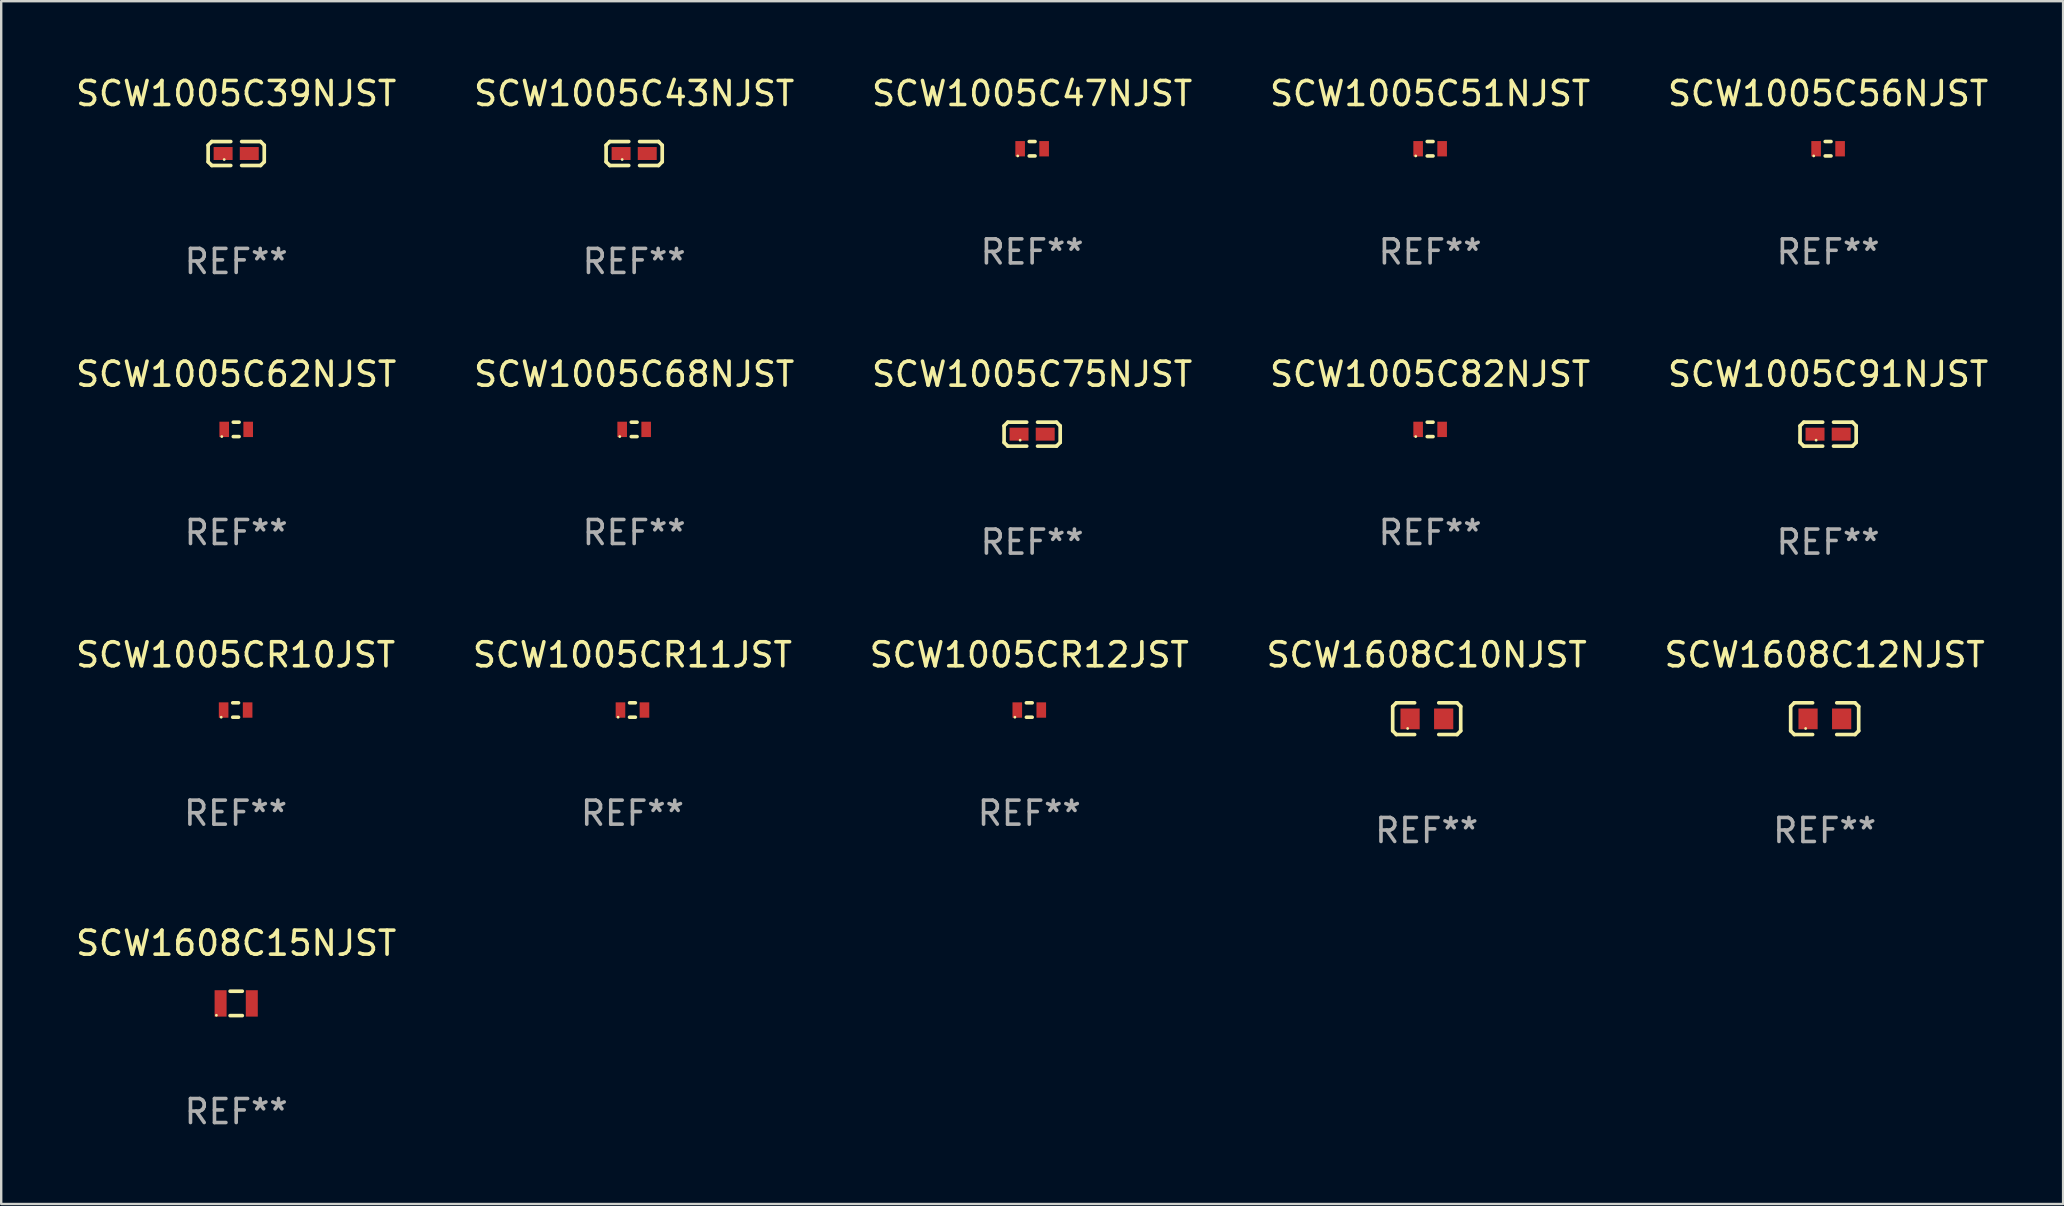
<source format=kicad_pcb>
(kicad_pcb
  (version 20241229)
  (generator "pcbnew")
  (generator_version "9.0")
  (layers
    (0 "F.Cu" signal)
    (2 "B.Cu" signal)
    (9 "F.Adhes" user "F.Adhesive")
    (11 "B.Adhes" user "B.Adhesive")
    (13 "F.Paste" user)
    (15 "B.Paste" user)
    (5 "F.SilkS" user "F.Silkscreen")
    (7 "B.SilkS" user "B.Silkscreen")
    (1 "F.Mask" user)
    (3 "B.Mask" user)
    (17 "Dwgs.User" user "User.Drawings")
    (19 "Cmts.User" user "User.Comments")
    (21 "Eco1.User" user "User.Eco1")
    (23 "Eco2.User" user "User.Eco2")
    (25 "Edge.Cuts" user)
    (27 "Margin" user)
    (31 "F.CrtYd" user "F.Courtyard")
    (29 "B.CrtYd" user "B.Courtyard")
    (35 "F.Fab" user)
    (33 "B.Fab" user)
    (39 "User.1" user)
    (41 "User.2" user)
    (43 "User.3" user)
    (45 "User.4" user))
  (footprint "SCW1005C43NJST"
    (layer "F.Cu")
    (at 23.375 3.347)
    (property "Reference" "SCW1005C43NJST" (at 0 -2.499 0) (layer "F.SilkS") (effects (font (size 1 1) (thickness 0.15))))
    (attr through_hole)
    (fp_line (start -1.169 -0.346) (end -1.016 -0.499) (stroke (width 0.152) (type solid)) (layer "F.SilkS"))
    (fp_line (start -1.169 0.346) (end -1.169 -0.346) (stroke (width 0.152) (type solid)) (layer "F.SilkS"))
    (fp_line (start -1.016 -0.499) (end -0.226 -0.499) (stroke (width 0.152) (type solid)) (layer "F.SilkS"))
    (fp_line (start -1.016 0.499) (end -1.169 0.346) (stroke (width 0.152) (type solid)) (layer "F.SilkS"))
    (fp_line (start -0.226 0.499) (end -1.016 0.499) (stroke (width 0.152) (type solid)) (layer "F.SilkS"))
    (fp_line (start 0.226 0.499) (end 1.016 0.499) (stroke (width 0.152) (type solid)) (layer "F.SilkS"))
    (fp_line (start 1.016 -0.499) (end 0.226 -0.499) (stroke (width 0.152) (type solid)) (layer "F.SilkS"))
    (fp_line (start 1.016 0.499) (end 1.169 0.346) (stroke (width 0.152) (type solid)) (layer "F.SilkS"))
    (fp_line (start 1.169 -0.346) (end 1.016 -0.499) (stroke (width 0.152) (type solid)) (layer "F.SilkS"))
    (fp_line (start 1.169 0.346) (end 1.169 -0.346) (stroke (width 0.152) (type solid)) (layer "F.SilkS"))
    (fp_circle (center -0.5 0.25) (end -0.47 0.25) (stroke (width 0.06) (type solid)) (fill no) (layer "F.SilkS"))
    (fp_text user "REF**" (at 0 4.499 0) (layer "F.Fab") (effects (font (size 1 1) (thickness 0.15))))
    (pad "1" smd rect (at -0.545 0) (size 0.79 0.54) (layers "F.Cu" "F.Mask" "F.Paste"))
    (pad "2" smd rect (at 0.545 0) (size 0.79 0.54) (layers "F.Cu" "F.Mask" "F.Paste")))
  (footprint "SCW1005C39NJST"
    (layer "F.Cu")
    (at 6.792 3.347)
    (property "Reference" "SCW1005C39NJST" (at 0 -2.499 0) (layer "F.SilkS") (effects (font (size 1 1) (thickness 0.15))))
    (attr through_hole)
    (fp_line (start -1.169 -0.346) (end -1.016 -0.499) (stroke (width 0.152) (type solid)) (layer "F.SilkS"))
    (fp_line (start -1.169 0.346) (end -1.169 -0.346) (stroke (width 0.152) (type solid)) (layer "F.SilkS"))
    (fp_line (start -1.016 -0.499) (end -0.226 -0.499) (stroke (width 0.152) (type solid)) (layer "F.SilkS"))
    (fp_line (start -1.016 0.499) (end -1.169 0.346) (stroke (width 0.152) (type solid)) (layer "F.SilkS"))
    (fp_line (start -0.226 0.499) (end -1.016 0.499) (stroke (width 0.152) (type solid)) (layer "F.SilkS"))
    (fp_line (start 0.226 0.499) (end 1.016 0.499) (stroke (width 0.152) (type solid)) (layer "F.SilkS"))
    (fp_line (start 1.016 -0.499) (end 0.226 -0.499) (stroke (width 0.152) (type solid)) (layer "F.SilkS"))
    (fp_line (start 1.016 0.499) (end 1.169 0.346) (stroke (width 0.152) (type solid)) (layer "F.SilkS"))
    (fp_line (start 1.169 -0.346) (end 1.016 -0.499) (stroke (width 0.152) (type solid)) (layer "F.SilkS"))
    (fp_line (start 1.169 0.346) (end 1.169 -0.346) (stroke (width 0.152) (type solid)) (layer "F.SilkS"))
    (fp_circle (center -0.5 0.25) (end -0.47 0.25) (stroke (width 0.06) (type solid)) (fill no) (layer "F.SilkS"))
    (fp_text user "REF**" (at 0 4.499 0) (layer "F.Fab") (effects (font (size 1 1) (thickness 0.15))))
    (pad "1" smd rect (at -0.545 0) (size 0.79 0.54) (layers "F.Cu" "F.Mask" "F.Paste"))
    (pad "2" smd rect (at 0.545 0) (size 0.79 0.54) (layers "F.Cu" "F.Mask" "F.Paste")))
  (footprint "SCW1005C51NJST"
    (layer "F.Cu")
    (at 56.542 3.148)
    (property "Reference" "SCW1005C51NJST" (at 0 -2.3 0) (layer "F.SilkS") (effects (font (size 1 1) (thickness 0.15))))
    (attr through_hole)
    (fp_line (start -0.121 -0.3) (end 0.121 -0.3) (stroke (width 0.15) (type solid)) (layer "F.SilkS"))
    (fp_line (start -0.121 0.3) (end 0.121 0.3) (stroke (width 0.15) (type solid)) (layer "F.SilkS"))
    (fp_circle (center -0.6 0.3) (end -0.57 0.3) (stroke (width 0.06) (type solid)) (fill no) (layer "F.SilkS"))
    (fp_text user "REF**" (at 0 4.3 0) (layer "F.Fab") (effects (font (size 1 1) (thickness 0.15))))
    (pad "1" smd rect (at -0.5 0 90) (size 0.64 0.4) (layers "F.Cu" "F.Mask" "F.Paste"))
    (pad "2" smd rect (at 0.5 0 90) (size 0.64 0.4) (layers "F.Cu" "F.Mask" "F.Paste")))
  (footprint "SCW1005C47NJST"
    (layer "F.Cu")
    (at 39.958 3.148)
    (property "Reference" "SCW1005C47NJST" (at 0 -2.3 0) (layer "F.SilkS") (effects (font (size 1 1) (thickness 0.15))))
    (attr through_hole)
    (fp_line (start -0.121 -0.3) (end 0.121 -0.3) (stroke (width 0.15) (type solid)) (layer "F.SilkS"))
    (fp_line (start -0.121 0.3) (end 0.121 0.3) (stroke (width 0.15) (type solid)) (layer "F.SilkS"))
    (fp_circle (center -0.6 0.3) (end -0.57 0.3) (stroke (width 0.06) (type solid)) (fill no) (layer "F.SilkS"))
    (fp_text user "REF**" (at 0 4.3 0) (layer "F.Fab") (effects (font (size 1 1) (thickness 0.15))))
    (pad "1" smd rect (at -0.5 0 90) (size 0.64 0.4) (layers "F.Cu" "F.Mask" "F.Paste"))
    (pad "2" smd rect (at 0.5 0 90) (size 0.64 0.4) (layers "F.Cu" "F.Mask" "F.Paste")))
  (footprint "SCW1608C10NJST"
    (layer "F.Cu")
    (at 56.399 26.896)
    (property "Reference" "SCW1608C10NJST" (at 0 -2.661 0) (layer "F.SilkS") (effects (font (size 1 1) (thickness 0.15))))
    (attr through_hole)
    (fp_line (start -1.417 -0.508) (end -1.265 -0.661) (stroke (width 0.152) (type solid)) (layer "F.SilkS"))
    (fp_line (start -1.417 0.508) (end -1.417 -0.508) (stroke (width 0.152) (type solid)) (layer "F.SilkS"))
    (fp_line (start -1.265 -0.661) (end -0.503 -0.661) (stroke (width 0.152) (type solid)) (layer "F.SilkS"))
    (fp_line (start -1.265 0.661) (end -1.417 0.508) (stroke (width 0.152) (type solid)) (layer "F.SilkS"))
    (fp_line (start -1.265 0.661) (end -0.503 0.661) (stroke (width 0.152) (type solid)) (layer "F.SilkS"))
    (fp_line (start 1.265 -0.661) (end 0.503 -0.661) (stroke (width 0.152) (type solid)) (layer "F.SilkS"))
    (fp_line (start 1.265 -0.661) (end 1.417 -0.508) (stroke (width 0.152) (type solid)) (layer "F.SilkS"))
    (fp_line (start 1.265 0.661) (end 0.503 0.661) (stroke (width 0.152) (type solid)) (layer "F.SilkS"))
    (fp_line (start 1.417 -0.508) (end 1.417 0.508) (stroke (width 0.152) (type solid)) (layer "F.SilkS"))
    (fp_line (start 1.417 0.508) (end 1.265 0.661) (stroke (width 0.152) (type solid)) (layer "F.SilkS"))
    (fp_circle (center -0.793 0.409) (end -0.763 0.409) (stroke (width 0.06) (type solid)) (fill no) (layer "F.SilkS"))
    (fp_text user "REF**" (at 0 4.661 0) (layer "F.Fab") (effects (font (size 1 1) (thickness 0.15))))
    (pad "1" smd rect (at -0.693 0.009 180) (size 0.8 0.864) (layers "F.Cu" "F.Mask" "F.Paste"))
    (pad "2" smd rect (at 0.707 0.009 180) (size 0.8 0.864) (layers "F.Cu" "F.Mask" "F.Paste")))
  (footprint "SCW1005C75NJST"
    (layer "F.Cu")
    (at 39.958 15.041)
    (property "Reference" "SCW1005C75NJST" (at 0 -2.499 0) (layer "F.SilkS") (effects (font (size 1 1) (thickness 0.15))))
    (attr through_hole)
    (fp_line (start -1.169 -0.346) (end -1.016 -0.499) (stroke (width 0.152) (type solid)) (layer "F.SilkS"))
    (fp_line (start -1.169 0.346) (end -1.169 -0.346) (stroke (width 0.152) (type solid)) (layer "F.SilkS"))
    (fp_line (start -1.016 -0.499) (end -0.226 -0.499) (stroke (width 0.152) (type solid)) (layer "F.SilkS"))
    (fp_line (start -1.016 0.499) (end -1.169 0.346) (stroke (width 0.152) (type solid)) (layer "F.SilkS"))
    (fp_line (start -0.226 0.499) (end -1.016 0.499) (stroke (width 0.152) (type solid)) (layer "F.SilkS"))
    (fp_line (start 0.226 0.499) (end 1.016 0.499) (stroke (width 0.152) (type solid)) (layer "F.SilkS"))
    (fp_line (start 1.016 -0.499) (end 0.226 -0.499) (stroke (width 0.152) (type solid)) (layer "F.SilkS"))
    (fp_line (start 1.016 0.499) (end 1.169 0.346) (stroke (width 0.152) (type solid)) (layer "F.SilkS"))
    (fp_line (start 1.169 -0.346) (end 1.016 -0.499) (stroke (width 0.152) (type solid)) (layer "F.SilkS"))
    (fp_line (start 1.169 0.346) (end 1.169 -0.346) (stroke (width 0.152) (type solid)) (layer "F.SilkS"))
    (fp_circle (center -0.5 0.25) (end -0.47 0.25) (stroke (width 0.06) (type solid)) (fill no) (layer "F.SilkS"))
    (fp_text user "REF**" (at 0 4.499 0) (layer "F.Fab") (effects (font (size 1 1) (thickness 0.15))))
    (pad "1" smd rect (at -0.545 0) (size 0.79 0.54) (layers "F.Cu" "F.Mask" "F.Paste"))
    (pad "2" smd rect (at 0.545 0) (size 0.79 0.54) (layers "F.Cu" "F.Mask" "F.Paste")))
  (footprint "SCW1608C12NJST"
    (layer "F.Cu")
    (at 72.982 26.896)
    (property "Reference" "SCW1608C12NJST" (at 0 -2.661 0) (layer "F.SilkS") (effects (font (size 1 1) (thickness 0.15))))
    (attr through_hole)
    (fp_line (start -1.417 -0.508) (end -1.265 -0.661) (stroke (width 0.152) (type solid)) (layer "F.SilkS"))
    (fp_line (start -1.417 0.508) (end -1.417 -0.508) (stroke (width 0.152) (type solid)) (layer "F.SilkS"))
    (fp_line (start -1.265 -0.661) (end -0.503 -0.661) (stroke (width 0.152) (type solid)) (layer "F.SilkS"))
    (fp_line (start -1.265 0.661) (end -1.417 0.508) (stroke (width 0.152) (type solid)) (layer "F.SilkS"))
    (fp_line (start -1.265 0.661) (end -0.503 0.661) (stroke (width 0.152) (type solid)) (layer "F.SilkS"))
    (fp_line (start 1.265 -0.661) (end 0.503 -0.661) (stroke (width 0.152) (type solid)) (layer "F.SilkS"))
    (fp_line (start 1.265 -0.661) (end 1.417 -0.508) (stroke (width 0.152) (type solid)) (layer "F.SilkS"))
    (fp_line (start 1.265 0.661) (end 0.503 0.661) (stroke (width 0.152) (type solid)) (layer "F.SilkS"))
    (fp_line (start 1.417 -0.508) (end 1.417 0.508) (stroke (width 0.152) (type solid)) (layer "F.SilkS"))
    (fp_line (start 1.417 0.508) (end 1.265 0.661) (stroke (width 0.152) (type solid)) (layer "F.SilkS"))
    (fp_circle (center -0.793 0.409) (end -0.763 0.409) (stroke (width 0.06) (type solid)) (fill no) (layer "F.SilkS"))
    (fp_text user "REF**" (at 0 4.661 0) (layer "F.Fab") (effects (font (size 1 1) (thickness 0.15))))
    (pad "1" smd rect (at -0.693 0.009 180) (size 0.8 0.864) (layers "F.Cu" "F.Mask" "F.Paste"))
    (pad "2" smd rect (at 0.707 0.009 180) (size 0.8 0.864) (layers "F.Cu" "F.Mask" "F.Paste")))
  (footprint "SCW1005CR10JST"
    (layer "F.Cu")
    (at 6.768 26.536)
    (property "Reference" "SCW1005CR10JST" (at 0 -2.3 0) (layer "F.SilkS") (effects (font (size 1 1) (thickness 0.15))))
    (attr through_hole)
    (fp_line (start -0.121 -0.3) (end 0.121 -0.3) (stroke (width 0.15) (type solid)) (layer "F.SilkS"))
    (fp_line (start -0.121 0.3) (end 0.121 0.3) (stroke (width 0.15) (type solid)) (layer "F.SilkS"))
    (fp_circle (center -0.6 0.3) (end -0.57 0.3) (stroke (width 0.06) (type solid)) (fill no) (layer "F.SilkS"))
    (fp_text user "REF**" (at 0 4.3 0) (layer "F.Fab") (effects (font (size 1 1) (thickness 0.15))))
    (pad "1" smd rect (at -0.5 0 90) (size 0.64 0.4) (layers "F.Cu" "F.Mask" "F.Paste"))
    (pad "2" smd rect (at 0.5 0 90) (size 0.64 0.4) (layers "F.Cu" "F.Mask" "F.Paste")))
  (footprint "SCW1005CR11JST"
    (layer "F.Cu")
    (at 23.304 26.536)
    (property "Reference" "SCW1005CR11JST" (at 0 -2.3 0) (layer "F.SilkS") (effects (font (size 1 1) (thickness 0.15))))
    (attr through_hole)
    (fp_line (start -0.121 -0.3) (end 0.121 -0.3) (stroke (width 0.15) (type solid)) (layer "F.SilkS"))
    (fp_line (start -0.121 0.3) (end 0.121 0.3) (stroke (width 0.15) (type solid)) (layer "F.SilkS"))
    (fp_circle (center -0.6 0.3) (end -0.57 0.3) (stroke (width 0.06) (type solid)) (fill no) (layer "F.SilkS"))
    (fp_text user "REF**" (at 0 4.3 0) (layer "F.Fab") (effects (font (size 1 1) (thickness 0.15))))
    (pad "1" smd rect (at -0.5 0 90) (size 0.64 0.4) (layers "F.Cu" "F.Mask" "F.Paste"))
    (pad "2" smd rect (at 0.5 0 90) (size 0.64 0.4) (layers "F.Cu" "F.Mask" "F.Paste")))
  (footprint "SCW1005C56NJST"
    (layer "F.Cu")
    (at 73.125 3.148)
    (property "Reference" "SCW1005C56NJST" (at 0 -2.3 0) (layer "F.SilkS") (effects (font (size 1 1) (thickness 0.15))))
    (attr through_hole)
    (fp_line (start -0.121 -0.3) (end 0.121 -0.3) (stroke (width 0.15) (type solid)) (layer "F.SilkS"))
    (fp_line (start -0.121 0.3) (end 0.121 0.3) (stroke (width 0.15) (type solid)) (layer "F.SilkS"))
    (fp_circle (center -0.6 0.3) (end -0.57 0.3) (stroke (width 0.06) (type solid)) (fill no) (layer "F.SilkS"))
    (fp_text user "REF**" (at 0 4.3 0) (layer "F.Fab") (effects (font (size 1 1) (thickness 0.15))))
    (pad "1" smd rect (at -0.5 0 90) (size 0.64 0.4) (layers "F.Cu" "F.Mask" "F.Paste"))
    (pad "2" smd rect (at 0.5 0 90) (size 0.64 0.4) (layers "F.Cu" "F.Mask" "F.Paste")))
  (footprint "SCW1005CR12JST"
    (layer "F.Cu")
    (at 39.839 26.536)
    (property "Reference" "SCW1005CR12JST" (at 0 -2.3 0) (layer "F.SilkS") (effects (font (size 1 1) (thickness 0.15))))
    (attr through_hole)
    (fp_line (start -0.121 -0.3) (end 0.121 -0.3) (stroke (width 0.15) (type solid)) (layer "F.SilkS"))
    (fp_line (start -0.121 0.3) (end 0.121 0.3) (stroke (width 0.15) (type solid)) (layer "F.SilkS"))
    (fp_circle (center -0.6 0.3) (end -0.57 0.3) (stroke (width 0.06) (type solid)) (fill no) (layer "F.SilkS"))
    (fp_text user "REF**" (at 0 4.3 0) (layer "F.Fab") (effects (font (size 1 1) (thickness 0.15))))
    (pad "1" smd rect (at -0.5 0 90) (size 0.64 0.4) (layers "F.Cu" "F.Mask" "F.Paste"))
    (pad "2" smd rect (at 0.5 0 90) (size 0.64 0.4) (layers "F.Cu" "F.Mask" "F.Paste")))
  (footprint "SCW1005C82NJST"
    (layer "F.Cu")
    (at 56.542 14.842)
    (property "Reference" "SCW1005C82NJST" (at 0 -2.3 0) (layer "F.SilkS") (effects (font (size 1 1) (thickness 0.15))))
    (attr through_hole)
    (fp_line (start -0.121 -0.3) (end 0.121 -0.3) (stroke (width 0.15) (type solid)) (layer "F.SilkS"))
    (fp_line (start -0.121 0.3) (end 0.121 0.3) (stroke (width 0.15) (type solid)) (layer "F.SilkS"))
    (fp_circle (center -0.6 0.3) (end -0.57 0.3) (stroke (width 0.06) (type solid)) (fill no) (layer "F.SilkS"))
    (fp_text user "REF**" (at 0 4.3 0) (layer "F.Fab") (effects (font (size 1 1) (thickness 0.15))))
    (pad "1" smd rect (at -0.5 0 90) (size 0.64 0.4) (layers "F.Cu" "F.Mask" "F.Paste"))
    (pad "2" smd rect (at 0.5 0 90) (size 0.64 0.4) (layers "F.Cu" "F.Mask" "F.Paste")))
  (footprint "SCW1005C62NJST"
    (layer "F.Cu")
    (at 6.792 14.842)
    (property "Reference" "SCW1005C62NJST" (at 0 -2.3 0) (layer "F.SilkS") (effects (font (size 1 1) (thickness 0.15))))
    (attr through_hole)
    (fp_line (start -0.121 -0.3) (end 0.121 -0.3) (stroke (width 0.15) (type solid)) (layer "F.SilkS"))
    (fp_line (start -0.121 0.3) (end 0.121 0.3) (stroke (width 0.15) (type solid)) (layer "F.SilkS"))
    (fp_circle (center -0.6 0.3) (end -0.57 0.3) (stroke (width 0.06) (type solid)) (fill no) (layer "F.SilkS"))
    (fp_text user "REF**" (at 0 4.3 0) (layer "F.Fab") (effects (font (size 1 1) (thickness 0.15))))
    (pad "1" smd rect (at -0.5 0 90) (size 0.64 0.4) (layers "F.Cu" "F.Mask" "F.Paste"))
    (pad "2" smd rect (at 0.5 0 90) (size 0.64 0.4) (layers "F.Cu" "F.Mask" "F.Paste")))
  (footprint "SCW1005C91NJST"
    (layer "F.Cu")
    (at 73.125 15.041)
    (property "Reference" "SCW1005C91NJST" (at 0 -2.499 0) (layer "F.SilkS") (effects (font (size 1 1) (thickness 0.15))))
    (attr through_hole)
    (fp_line (start -1.169 -0.346) (end -1.016 -0.499) (stroke (width 0.152) (type solid)) (layer "F.SilkS"))
    (fp_line (start -1.169 0.346) (end -1.169 -0.346) (stroke (width 0.152) (type solid)) (layer "F.SilkS"))
    (fp_line (start -1.016 -0.499) (end -0.226 -0.499) (stroke (width 0.152) (type solid)) (layer "F.SilkS"))
    (fp_line (start -1.016 0.499) (end -1.169 0.346) (stroke (width 0.152) (type solid)) (layer "F.SilkS"))
    (fp_line (start -0.226 0.499) (end -1.016 0.499) (stroke (width 0.152) (type solid)) (layer "F.SilkS"))
    (fp_line (start 0.226 0.499) (end 1.016 0.499) (stroke (width 0.152) (type solid)) (layer "F.SilkS"))
    (fp_line (start 1.016 -0.499) (end 0.226 -0.499) (stroke (width 0.152) (type solid)) (layer "F.SilkS"))
    (fp_line (start 1.016 0.499) (end 1.169 0.346) (stroke (width 0.152) (type solid)) (layer "F.SilkS"))
    (fp_line (start 1.169 -0.346) (end 1.016 -0.499) (stroke (width 0.152) (type solid)) (layer "F.SilkS"))
    (fp_line (start 1.169 0.346) (end 1.169 -0.346) (stroke (width 0.152) (type solid)) (layer "F.SilkS"))
    (fp_circle (center -0.5 0.25) (end -0.47 0.25) (stroke (width 0.06) (type solid)) (fill no) (layer "F.SilkS"))
    (fp_text user "REF**" (at 0 4.499 0) (layer "F.Fab") (effects (font (size 1 1) (thickness 0.15))))
    (pad "1" smd rect (at -0.545 0) (size 0.79 0.54) (layers "F.Cu" "F.Mask" "F.Paste"))
    (pad "2" smd rect (at 0.545 0) (size 0.79 0.54) (layers "F.Cu" "F.Mask" "F.Paste")))
  (footprint "SCW1608C15NJST"
    (layer "F.Cu")
    (at 6.792 38.761)
    (property "Reference" "SCW1608C15NJST" (at 0 -2.508 0) (layer "F.SilkS") (effects (font (size 1 1) (thickness 0.15))))
    (attr through_hole)
    (fp_line (start -0.254 -0.508) (end 0.254 -0.508) (stroke (width 0.152) (type solid)) (layer "F.SilkS"))
    (fp_line (start -0.254 0.508) (end 0.254 0.508) (stroke (width 0.152) (type solid)) (layer "F.SilkS"))
    (fp_circle (center -0.825 0.495) (end -0.795 0.495) (stroke (width 0.06) (type solid)) (fill no) (layer "F.SilkS"))
    (fp_text user "REF**" (at 0 4.508 0) (layer "F.Fab") (effects (font (size 1 1) (thickness 0.15))))
    (pad "1" smd rect (at -0.65 0) (size 0.5 1.1) (layers "F.Cu" "F.Mask" "F.Paste"))
    (pad "2" smd rect (at 0.65 0) (size 0.5 1.1) (layers "F.Cu" "F.Mask" "F.Paste")))
  (footprint "SCW1005C68NJST"
    (layer "F.Cu")
    (at 23.375 14.842)
    (property "Reference" "SCW1005C68NJST" (at 0 -2.3 0) (layer "F.SilkS") (effects (font (size 1 1) (thickness 0.15))))
    (attr through_hole)
    (fp_line (start -0.121 -0.3) (end 0.121 -0.3) (stroke (width 0.15) (type solid)) (layer "F.SilkS"))
    (fp_line (start -0.121 0.3) (end 0.121 0.3) (stroke (width 0.15) (type solid)) (layer "F.SilkS"))
    (fp_circle (center -0.6 0.3) (end -0.57 0.3) (stroke (width 0.06) (type solid)) (fill no) (layer "F.SilkS"))
    (fp_text user "REF**" (at 0 4.3 0) (layer "F.Fab") (effects (font (size 1 1) (thickness 0.15))))
    (pad "1" smd rect (at -0.5 0 90) (size 0.64 0.4) (layers "F.Cu" "F.Mask" "F.Paste"))
    (pad "2" smd rect (at 0.5 0 90) (size 0.64 0.4) (layers "F.Cu" "F.Mask" "F.Paste")))
  (gr_rect
    (start -3 -3)
    (end 82.917 47.118)
    (stroke (width 0.1) (type default))
    (fill no)
    (layer "Edge.Cuts")))
</source>
